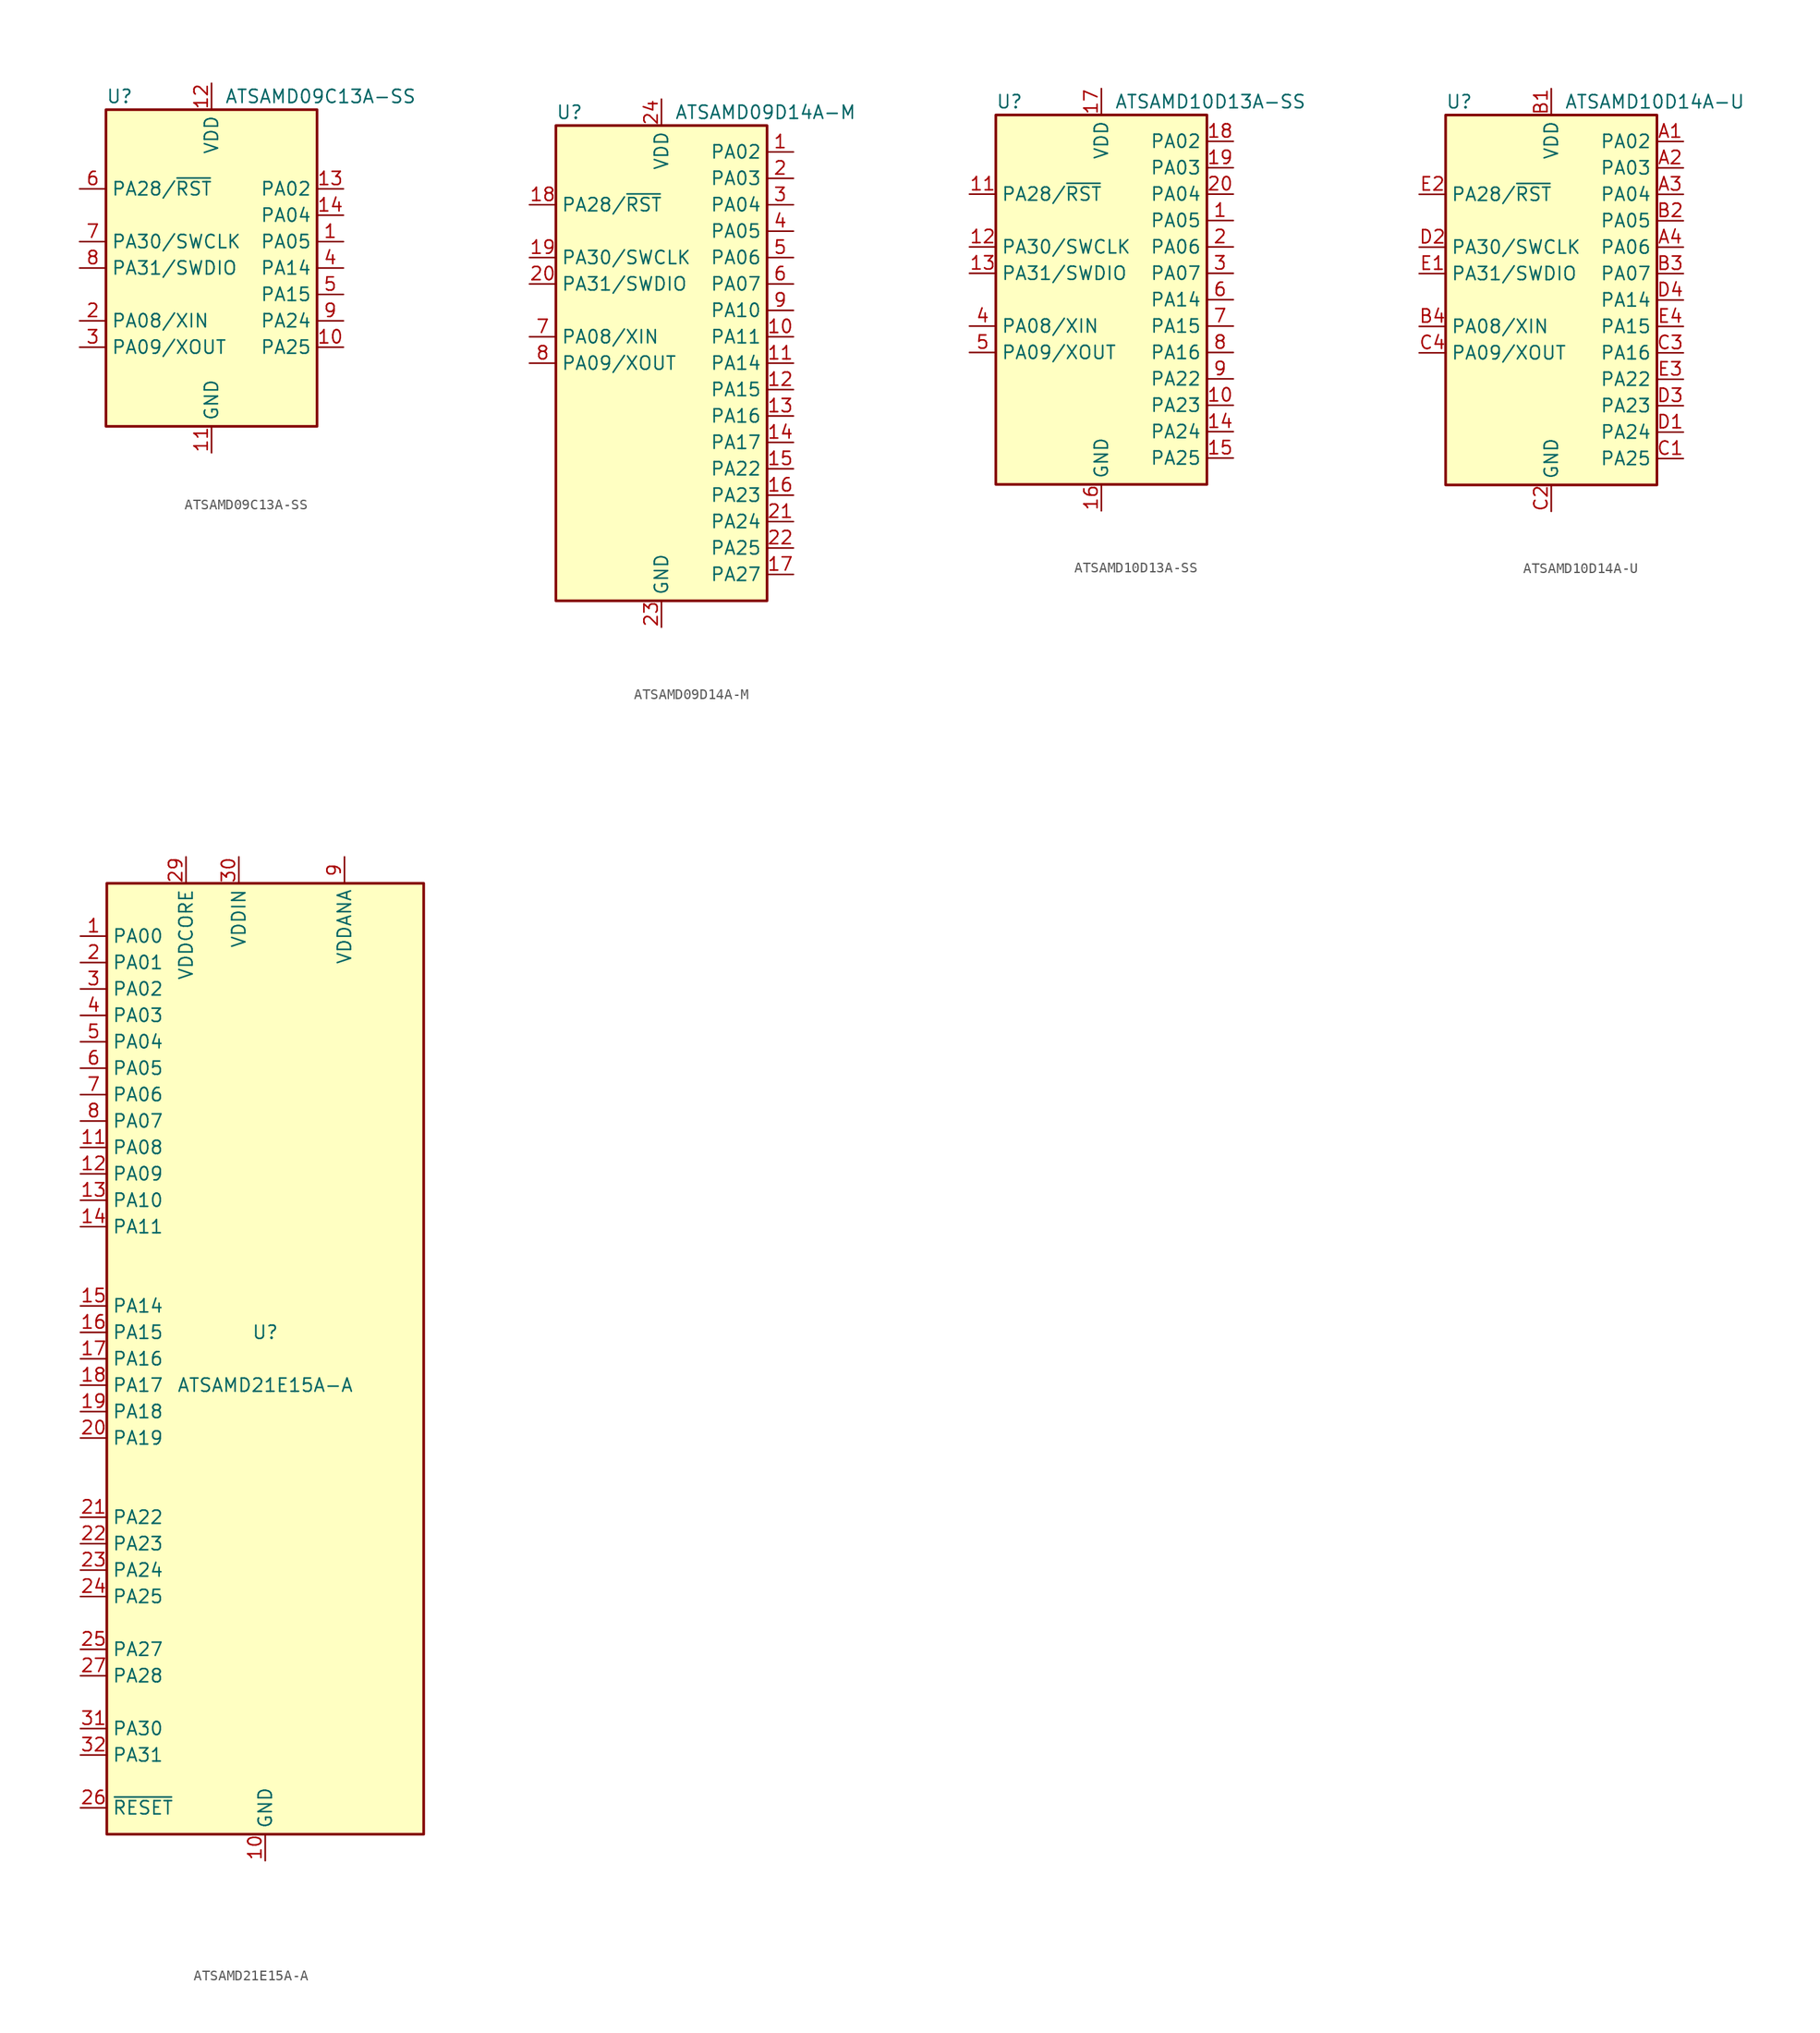
<source format=kicad_sym>
(kicad_symbol_lib
  (version 20201005)
  (generator kicad_symbol_editor)
  (symbol "MCU_Microchip_SAMD:ATSAMD09C13A-SS"
    (property "Reference" "U"
      (at -10.16 16.51 0)
      (effects (font (size 1.27 1.27)) (justify left)))
    (property "Value" "ATSAMD09C13A-SS"
      (at 1.27 16.51 0)
      (effects (font (size 1.27 1.27)) (justify left)))
    (symbol "ATSAMD09C13A-SS_0_1"
      (rectangle (start -10.16 15.24) (end 10.16 -15.24) (stroke (width 0.254)) (fill (type background))))
    (symbol "ATSAMD09C13A-SS_1_1"
      (pin bidirectional line (at 12.7 2.54 180) (length 2.54) (name "PA05" (effects (font (size 1.27 1.27)))) (number "1" (effects (font (size 1.27 1.27)))))
      (pin bidirectional line (at 12.7 -7.62 180) (length 2.54) (name "PA25" (effects (font (size 1.27 1.27)))) (number "10" (effects (font (size 1.27 1.27)))))
      (pin power_in line (at 0 -17.78 90) (length 2.54) (name "GND" (effects (font (size 1.27 1.27)))) (number "11" (effects (font (size 1.27 1.27)))))
      (pin power_in line (at 0 17.78 270) (length 2.54) (name "VDD" (effects (font (size 1.27 1.27)))) (number "12" (effects (font (size 1.27 1.27)))))
      (pin bidirectional line (at 12.7 7.62 180) (length 2.54) (name "PA02" (effects (font (size 1.27 1.27)))) (number "13" (effects (font (size 1.27 1.27)))))
      (pin bidirectional line (at 12.7 5.08 180) (length 2.54) (name "PA04" (effects (font (size 1.27 1.27)))) (number "14" (effects (font (size 1.27 1.27)))))
      (pin bidirectional line (at -12.7 -5.08 0) (length 2.54) (name "PA08/XIN" (effects (font (size 1.27 1.27)))) (number "2" (effects (font (size 1.27 1.27)))))
      (pin bidirectional line (at -12.7 -7.62 0) (length 2.54) (name "PA09/XOUT" (effects (font (size 1.27 1.27)))) (number "3" (effects (font (size 1.27 1.27)))))
      (pin bidirectional line (at 12.7 0 180) (length 2.54) (name "PA14" (effects (font (size 1.27 1.27)))) (number "4" (effects (font (size 1.27 1.27)))))
      (pin bidirectional line (at 12.7 -2.54 180) (length 2.54) (name "PA15" (effects (font (size 1.27 1.27)))) (number "5" (effects (font (size 1.27 1.27)))))
      (pin bidirectional line (at -12.7 7.62 0) (length 2.54) (name "PA28/~RST" (effects (font (size 1.27 1.27)))) (number "6" (effects (font (size 1.27 1.27)))))
      (pin bidirectional line (at -12.7 2.54 0) (length 2.54) (name "PA30/SWCLK" (effects (font (size 1.27 1.27)))) (number "7" (effects (font (size 1.27 1.27)))))
      (pin bidirectional line (at -12.7 0 0) (length 2.54) (name "PA31/SWDIO" (effects (font (size 1.27 1.27)))) (number "8" (effects (font (size 1.27 1.27)))))
      (pin bidirectional line (at 12.7 -5.08 180) (length 2.54) (name "PA24" (effects (font (size 1.27 1.27)))) (number "9" (effects (font (size 1.27 1.27)))))))
  (symbol "MCU_Microchip_SAMD:ATSAMD09D14A-M"
    (property "Reference" "U"
      (at -10.16 24.13 0)
      (effects (font (size 1.27 1.27)) (justify left)))
    (property "Value" "ATSAMD09D14A-M"
      (at 1.27 24.13 0)
      (effects (font (size 1.27 1.27)) (justify left)))
    (symbol "ATSAMD09D14A-M_0_1"
      (rectangle (start -10.16 22.86) (end 10.16 -22.86) (stroke (width 0.254)) (fill (type background))))
    (symbol "ATSAMD09D14A-M_1_1"
      (pin bidirectional line (at 12.7 20.32 180) (length 2.54) (name "PA02" (effects (font (size 1.27 1.27)))) (number "1" (effects (font (size 1.27 1.27)))))
      (pin bidirectional line (at 12.7 2.54 180) (length 2.54) (name "PA11" (effects (font (size 1.27 1.27)))) (number "10" (effects (font (size 1.27 1.27)))))
      (pin bidirectional line (at 12.7 0 180) (length 2.54) (name "PA14" (effects (font (size 1.27 1.27)))) (number "11" (effects (font (size 1.27 1.27)))))
      (pin bidirectional line (at 12.7 -2.54 180) (length 2.54) (name "PA15" (effects (font (size 1.27 1.27)))) (number "12" (effects (font (size 1.27 1.27)))))
      (pin bidirectional line (at 12.7 -5.08 180) (length 2.54) (name "PA16" (effects (font (size 1.27 1.27)))) (number "13" (effects (font (size 1.27 1.27)))))
      (pin bidirectional line (at 12.7 -7.62 180) (length 2.54) (name "PA17" (effects (font (size 1.27 1.27)))) (number "14" (effects (font (size 1.27 1.27)))))
      (pin bidirectional line (at 12.7 -10.16 180) (length 2.54) (name "PA22" (effects (font (size 1.27 1.27)))) (number "15" (effects (font (size 1.27 1.27)))))
      (pin bidirectional line (at 12.7 -12.7 180) (length 2.54) (name "PA23" (effects (font (size 1.27 1.27)))) (number "16" (effects (font (size 1.27 1.27)))))
      (pin bidirectional line (at 12.7 -20.32 180) (length 2.54) (name "PA27" (effects (font (size 1.27 1.27)))) (number "17" (effects (font (size 1.27 1.27)))))
      (pin bidirectional line (at -12.7 15.24 0) (length 2.54) (name "PA28/~RST" (effects (font (size 1.27 1.27)))) (number "18" (effects (font (size 1.27 1.27)))))
      (pin bidirectional line (at -12.7 10.16 0) (length 2.54) (name "PA30/SWCLK" (effects (font (size 1.27 1.27)))) (number "19" (effects (font (size 1.27 1.27)))))
      (pin bidirectional line (at 12.7 17.78 180) (length 2.54) (name "PA03" (effects (font (size 1.27 1.27)))) (number "2" (effects (font (size 1.27 1.27)))))
      (pin bidirectional line (at -12.7 7.62 0) (length 2.54) (name "PA31/SWDIO" (effects (font (size 1.27 1.27)))) (number "20" (effects (font (size 1.27 1.27)))))
      (pin bidirectional line (at 12.7 -15.24 180) (length 2.54) (name "PA24" (effects (font (size 1.27 1.27)))) (number "21" (effects (font (size 1.27 1.27)))))
      (pin bidirectional line (at 12.7 -17.78 180) (length 2.54) (name "PA25" (effects (font (size 1.27 1.27)))) (number "22" (effects (font (size 1.27 1.27)))))
      (pin power_in line (at 0 -25.4 90) (length 2.54) (name "GND" (effects (font (size 1.27 1.27)))) (number "23" (effects (font (size 1.27 1.27)))))
      (pin power_in line (at 0 25.4 270) (length 2.54) (name "VDD" (effects (font (size 1.27 1.27)))) (number "24" (effects (font (size 1.27 1.27)))))
      (pin bidirectional line (at 12.7 15.24 180) (length 2.54) (name "PA04" (effects (font (size 1.27 1.27)))) (number "3" (effects (font (size 1.27 1.27)))))
      (pin bidirectional line (at 12.7 12.7 180) (length 2.54) (name "PA05" (effects (font (size 1.27 1.27)))) (number "4" (effects (font (size 1.27 1.27)))))
      (pin bidirectional line (at 12.7 10.16 180) (length 2.54) (name "PA06" (effects (font (size 1.27 1.27)))) (number "5" (effects (font (size 1.27 1.27)))))
      (pin bidirectional line (at 12.7 7.62 180) (length 2.54) (name "PA07" (effects (font (size 1.27 1.27)))) (number "6" (effects (font (size 1.27 1.27)))))
      (pin bidirectional line (at -12.7 2.54 0) (length 2.54) (name "PA08/XIN" (effects (font (size 1.27 1.27)))) (number "7" (effects (font (size 1.27 1.27)))))
      (pin bidirectional line (at -12.7 0 0) (length 2.54) (name "PA09/XOUT" (effects (font (size 1.27 1.27)))) (number "8" (effects (font (size 1.27 1.27)))))
      (pin bidirectional line (at 12.7 5.08 180) (length 2.54) (name "PA10" (effects (font (size 1.27 1.27)))) (number "9" (effects (font (size 1.27 1.27)))))))
  (symbol "MCU_Microchip_SAMD:ATSAMD10D13A-SS"
    (property "Reference" "U"
      (at -10.16 19.05 0)
      (effects (font (size 1.27 1.27)) (justify left)))
    (property "Value" "ATSAMD10D13A-SS"
      (at 1.27 19.05 0)
      (effects (font (size 1.27 1.27)) (justify left)))
    (symbol "ATSAMD10D13A-SS_0_1"
      (rectangle (start -10.16 17.78) (end 10.16 -17.78) (stroke (width 0.254)) (fill (type background))))
    (symbol "ATSAMD10D13A-SS_1_1"
      (pin bidirectional line (at 12.7 7.62 180) (length 2.54) (name "PA05" (effects (font (size 1.27 1.27)))) (number "1" (effects (font (size 1.27 1.27)))))
      (pin bidirectional line (at 12.7 -10.16 180) (length 2.54) (name "PA23" (effects (font (size 1.27 1.27)))) (number "10" (effects (font (size 1.27 1.27)))))
      (pin bidirectional line (at -12.7 10.16 0) (length 2.54) (name "PA28/~RST" (effects (font (size 1.27 1.27)))) (number "11" (effects (font (size 1.27 1.27)))))
      (pin bidirectional line (at -12.7 5.08 0) (length 2.54) (name "PA30/SWCLK" (effects (font (size 1.27 1.27)))) (number "12" (effects (font (size 1.27 1.27)))))
      (pin bidirectional line (at -12.7 2.54 0) (length 2.54) (name "PA31/SWDIO" (effects (font (size 1.27 1.27)))) (number "13" (effects (font (size 1.27 1.27)))))
      (pin bidirectional line (at 12.7 -12.7 180) (length 2.54) (name "PA24" (effects (font (size 1.27 1.27)))) (number "14" (effects (font (size 1.27 1.27)))))
      (pin bidirectional line (at 12.7 -15.24 180) (length 2.54) (name "PA25" (effects (font (size 1.27 1.27)))) (number "15" (effects (font (size 1.27 1.27)))))
      (pin power_in line (at 0 -20.32 90) (length 2.54) (name "GND" (effects (font (size 1.27 1.27)))) (number "16" (effects (font (size 1.27 1.27)))))
      (pin power_in line (at 0 20.32 270) (length 2.54) (name "VDD" (effects (font (size 1.27 1.27)))) (number "17" (effects (font (size 1.27 1.27)))))
      (pin bidirectional line (at 12.7 15.24 180) (length 2.54) (name "PA02" (effects (font (size 1.27 1.27)))) (number "18" (effects (font (size 1.27 1.27)))))
      (pin bidirectional line (at 12.7 12.7 180) (length 2.54) (name "PA03" (effects (font (size 1.27 1.27)))) (number "19" (effects (font (size 1.27 1.27)))))
      (pin bidirectional line (at 12.7 5.08 180) (length 2.54) (name "PA06" (effects (font (size 1.27 1.27)))) (number "2" (effects (font (size 1.27 1.27)))))
      (pin bidirectional line (at 12.7 10.16 180) (length 2.54) (name "PA04" (effects (font (size 1.27 1.27)))) (number "20" (effects (font (size 1.27 1.27)))))
      (pin bidirectional line (at 12.7 2.54 180) (length 2.54) (name "PA07" (effects (font (size 1.27 1.27)))) (number "3" (effects (font (size 1.27 1.27)))))
      (pin bidirectional line (at -12.7 -2.54 0) (length 2.54) (name "PA08/XIN" (effects (font (size 1.27 1.27)))) (number "4" (effects (font (size 1.27 1.27)))))
      (pin bidirectional line (at -12.7 -5.08 0) (length 2.54) (name "PA09/XOUT" (effects (font (size 1.27 1.27)))) (number "5" (effects (font (size 1.27 1.27)))))
      (pin bidirectional line (at 12.7 0 180) (length 2.54) (name "PA14" (effects (font (size 1.27 1.27)))) (number "6" (effects (font (size 1.27 1.27)))))
      (pin bidirectional line (at 12.7 -2.54 180) (length 2.54) (name "PA15" (effects (font (size 1.27 1.27)))) (number "7" (effects (font (size 1.27 1.27)))))
      (pin bidirectional line (at 12.7 -5.08 180) (length 2.54) (name "PA16" (effects (font (size 1.27 1.27)))) (number "8" (effects (font (size 1.27 1.27)))))
      (pin bidirectional line (at 12.7 -7.62 180) (length 2.54) (name "PA22" (effects (font (size 1.27 1.27)))) (number "9" (effects (font (size 1.27 1.27)))))))
  (symbol "MCU_Microchip_SAMD:ATSAMD10D14A-U"
    (property "Reference" "U"
      (at -10.16 19.05 0)
      (effects (font (size 1.27 1.27)) (justify left)))
    (property "Value" "ATSAMD10D14A-U"
      (at 1.27 19.05 0)
      (effects (font (size 1.27 1.27)) (justify left)))
    (symbol "ATSAMD10D14A-U_0_1"
      (rectangle (start -10.16 17.78) (end 10.16 -17.78) (stroke (width 0.254)) (fill (type background))))
    (symbol "ATSAMD10D14A-U_1_1"
      (pin bidirectional line (at 12.7 15.24 180) (length 2.54) (name "PA02" (effects (font (size 1.27 1.27)))) (number "A1" (effects (font (size 1.27 1.27)))))
      (pin bidirectional line (at 12.7 12.7 180) (length 2.54) (name "PA03" (effects (font (size 1.27 1.27)))) (number "A2" (effects (font (size 1.27 1.27)))))
      (pin bidirectional line (at 12.7 10.16 180) (length 2.54) (name "PA04" (effects (font (size 1.27 1.27)))) (number "A3" (effects (font (size 1.27 1.27)))))
      (pin bidirectional line (at 12.7 5.08 180) (length 2.54) (name "PA06" (effects (font (size 1.27 1.27)))) (number "A4" (effects (font (size 1.27 1.27)))))
      (pin power_in line (at 0 20.32 270) (length 2.54) (name "VDD" (effects (font (size 1.27 1.27)))) (number "B1" (effects (font (size 1.27 1.27)))))
      (pin bidirectional line (at 12.7 7.62 180) (length 2.54) (name "PA05" (effects (font (size 1.27 1.27)))) (number "B2" (effects (font (size 1.27 1.27)))))
      (pin bidirectional line (at 12.7 2.54 180) (length 2.54) (name "PA07" (effects (font (size 1.27 1.27)))) (number "B3" (effects (font (size 1.27 1.27)))))
      (pin bidirectional line (at -12.7 -2.54 0) (length 2.54) (name "PA08/XIN" (effects (font (size 1.27 1.27)))) (number "B4" (effects (font (size 1.27 1.27)))))
      (pin bidirectional line (at 12.7 -15.24 180) (length 2.54) (name "PA25" (effects (font (size 1.27 1.27)))) (number "C1" (effects (font (size 1.27 1.27)))))
      (pin power_in line (at 0 -20.32 90) (length 2.54) (name "GND" (effects (font (size 1.27 1.27)))) (number "C2" (effects (font (size 1.27 1.27)))))
      (pin bidirectional line (at 12.7 -5.08 180) (length 2.54) (name "PA16" (effects (font (size 1.27 1.27)))) (number "C3" (effects (font (size 1.27 1.27)))))
      (pin bidirectional line (at -12.7 -5.08 0) (length 2.54) (name "PA09/XOUT" (effects (font (size 1.27 1.27)))) (number "C4" (effects (font (size 1.27 1.27)))))
      (pin bidirectional line (at 12.7 -12.7 180) (length 2.54) (name "PA24" (effects (font (size 1.27 1.27)))) (number "D1" (effects (font (size 1.27 1.27)))))
      (pin bidirectional line (at -12.7 5.08 0) (length 2.54) (name "PA30/SWCLK" (effects (font (size 1.27 1.27)))) (number "D2" (effects (font (size 1.27 1.27)))))
      (pin bidirectional line (at 12.7 -10.16 180) (length 2.54) (name "PA23" (effects (font (size 1.27 1.27)))) (number "D3" (effects (font (size 1.27 1.27)))))
      (pin bidirectional line (at 12.7 0 180) (length 2.54) (name "PA14" (effects (font (size 1.27 1.27)))) (number "D4" (effects (font (size 1.27 1.27)))))
      (pin bidirectional line (at -12.7 2.54 0) (length 2.54) (name "PA31/SWDIO" (effects (font (size 1.27 1.27)))) (number "E1" (effects (font (size 1.27 1.27)))))
      (pin bidirectional line (at -12.7 10.16 0) (length 2.54) (name "PA28/~RST" (effects (font (size 1.27 1.27)))) (number "E2" (effects (font (size 1.27 1.27)))))
      (pin bidirectional line (at 12.7 -7.62 180) (length 2.54) (name "PA22" (effects (font (size 1.27 1.27)))) (number "E3" (effects (font (size 1.27 1.27)))))
      (pin bidirectional line (at 12.7 -2.54 180) (length 2.54) (name "PA15" (effects (font (size 1.27 1.27)))) (number "E4" (effects (font (size 1.27 1.27)))))))
  (symbol "MCU_Microchip_SAMD:ATSAMD21E15A-A"
    (property "Reference" "U"
      (at 0 2.54 0)
      (effects (font (size 1.27 1.27))))
    (property "Value" "ATSAMD21E15A-A"
      (at 0 -2.54 0)
      (effects (font (size 1.27 1.27))))
    (symbol "ATSAMD21E15A-A_1_1"
      (rectangle (start -15.24 45.72) (end 15.24 -45.72) (stroke (width 0.254)) (fill (type background)))
      (pin bidirectional line (at -17.78 40.64 0) (length 2.54) (name "PA00" (effects (font (size 1.27 1.27)))) (number "1" (effects (font (size 1.27 1.27)))))
      (pin power_in line (at 0 -48.26 90) (length 2.54) (name "GND" (effects (font (size 1.27 1.27)))) (number "10" (effects (font (size 1.27 1.27)))))
      (pin bidirectional line (at -17.78 20.32 0) (length 2.54) (name "PA08" (effects (font (size 1.27 1.27)))) (number "11" (effects (font (size 1.27 1.27)))))
      (pin bidirectional line (at -17.78 17.78 0) (length 2.54) (name "PA09" (effects (font (size 1.27 1.27)))) (number "12" (effects (font (size 1.27 1.27)))))
      (pin bidirectional line (at -17.78 15.24 0) (length 2.54) (name "PA10" (effects (font (size 1.27 1.27)))) (number "13" (effects (font (size 1.27 1.27)))))
      (pin bidirectional line (at -17.78 12.7 0) (length 2.54) (name "PA11" (effects (font (size 1.27 1.27)))) (number "14" (effects (font (size 1.27 1.27)))))
      (pin bidirectional line (at -17.78 5.08 0) (length 2.54) (name "PA14" (effects (font (size 1.27 1.27)))) (number "15" (effects (font (size 1.27 1.27)))))
      (pin bidirectional line (at -17.78 2.54 0) (length 2.54) (name "PA15" (effects (font (size 1.27 1.27)))) (number "16" (effects (font (size 1.27 1.27)))))
      (pin bidirectional line (at -17.78 0 0) (length 2.54) (name "PA16" (effects (font (size 1.27 1.27)))) (number "17" (effects (font (size 1.27 1.27)))))
      (pin bidirectional line (at -17.78 -2.54 0) (length 2.54) (name "PA17" (effects (font (size 1.27 1.27)))) (number "18" (effects (font (size 1.27 1.27)))))
      (pin bidirectional line (at -17.78 -5.08 0) (length 2.54) (name "PA18" (effects (font (size 1.27 1.27)))) (number "19" (effects (font (size 1.27 1.27)))))
      (pin bidirectional line (at -17.78 38.1 0) (length 2.54) (name "PA01" (effects (font (size 1.27 1.27)))) (number "2" (effects (font (size 1.27 1.27)))))
      (pin bidirectional line (at -17.78 -7.62 0) (length 2.54) (name "PA19" (effects (font (size 1.27 1.27)))) (number "20" (effects (font (size 1.27 1.27)))))
      (pin bidirectional line (at -17.78 -15.24 0) (length 2.54) (name "PA22" (effects (font (size 1.27 1.27)))) (number "21" (effects (font (size 1.27 1.27)))))
      (pin bidirectional line (at -17.78 -17.78 0) (length 2.54) (name "PA23" (effects (font (size 1.27 1.27)))) (number "22" (effects (font (size 1.27 1.27)))))
      (pin bidirectional line (at -17.78 -20.32 0) (length 2.54) (name "PA24" (effects (font (size 1.27 1.27)))) (number "23" (effects (font (size 1.27 1.27)))))
      (pin bidirectional line (at -17.78 -22.86 0) (length 2.54) (name "PA25" (effects (font (size 1.27 1.27)))) (number "24" (effects (font (size 1.27 1.27)))))
      (pin bidirectional line (at -17.78 -27.94 0) (length 2.54) (name "PA27" (effects (font (size 1.27 1.27)))) (number "25" (effects (font (size 1.27 1.27)))))
      (pin input line (at -17.78 -43.18 0) (length 2.54) (name "~RESET" (effects (font (size 1.27 1.27)))) (number "26" (effects (font (size 1.27 1.27)))))
      (pin bidirectional line (at -17.78 -30.48 0) (length 2.54) (name "PA28" (effects (font (size 1.27 1.27)))) (number "27" (effects (font (size 1.27 1.27)))))
      (pin passive line (at 0 -48.26 90) (length 2.54) hide (name "GND" (effects (font (size 1.27 1.27)))) (number "28" (effects (font (size 1.27 1.27)))))
      (pin power_out line (at -7.62 48.26 270) (length 2.54) (name "VDDCORE" (effects (font (size 1.27 1.27)))) (number "29" (effects (font (size 1.27 1.27)))))
      (pin bidirectional line (at -17.78 35.56 0) (length 2.54) (name "PA02" (effects (font (size 1.27 1.27)))) (number "3" (effects (font (size 1.27 1.27)))))
      (pin power_in line (at -2.54 48.26 270) (length 2.54) (name "VDDIN" (effects (font (size 1.27 1.27)))) (number "30" (effects (font (size 1.27 1.27)))))
      (pin bidirectional line (at -17.78 -35.56 0) (length 2.54) (name "PA30" (effects (font (size 1.27 1.27)))) (number "31" (effects (font (size 1.27 1.27)))))
      (pin bidirectional line (at -17.78 -38.1 0) (length 2.54) (name "PA31" (effects (font (size 1.27 1.27)))) (number "32" (effects (font (size 1.27 1.27)))))
      (pin bidirectional line (at -17.78 33.02 0) (length 2.54) (name "PA03" (effects (font (size 1.27 1.27)))) (number "4" (effects (font (size 1.27 1.27)))))
      (pin bidirectional line (at -17.78 30.48 0) (length 2.54) (name "PA04" (effects (font (size 1.27 1.27)))) (number "5" (effects (font (size 1.27 1.27)))))
      (pin bidirectional line (at -17.78 27.94 0) (length 2.54) (name "PA05" (effects (font (size 1.27 1.27)))) (number "6" (effects (font (size 1.27 1.27)))))
      (pin bidirectional line (at -17.78 25.4 0) (length 2.54) (name "PA06" (effects (font (size 1.27 1.27)))) (number "7" (effects (font (size 1.27 1.27)))))
      (pin bidirectional line (at -17.78 22.86 0) (length 2.54) (name "PA07" (effects (font (size 1.27 1.27)))) (number "8" (effects (font (size 1.27 1.27)))))
      (pin power_in line (at 7.62 48.26 270) (length 2.54) (name "VDDANA" (effects (font (size 1.27 1.27)))) (number "9" (effects (font (size 1.27 1.27))))))))
</source>
